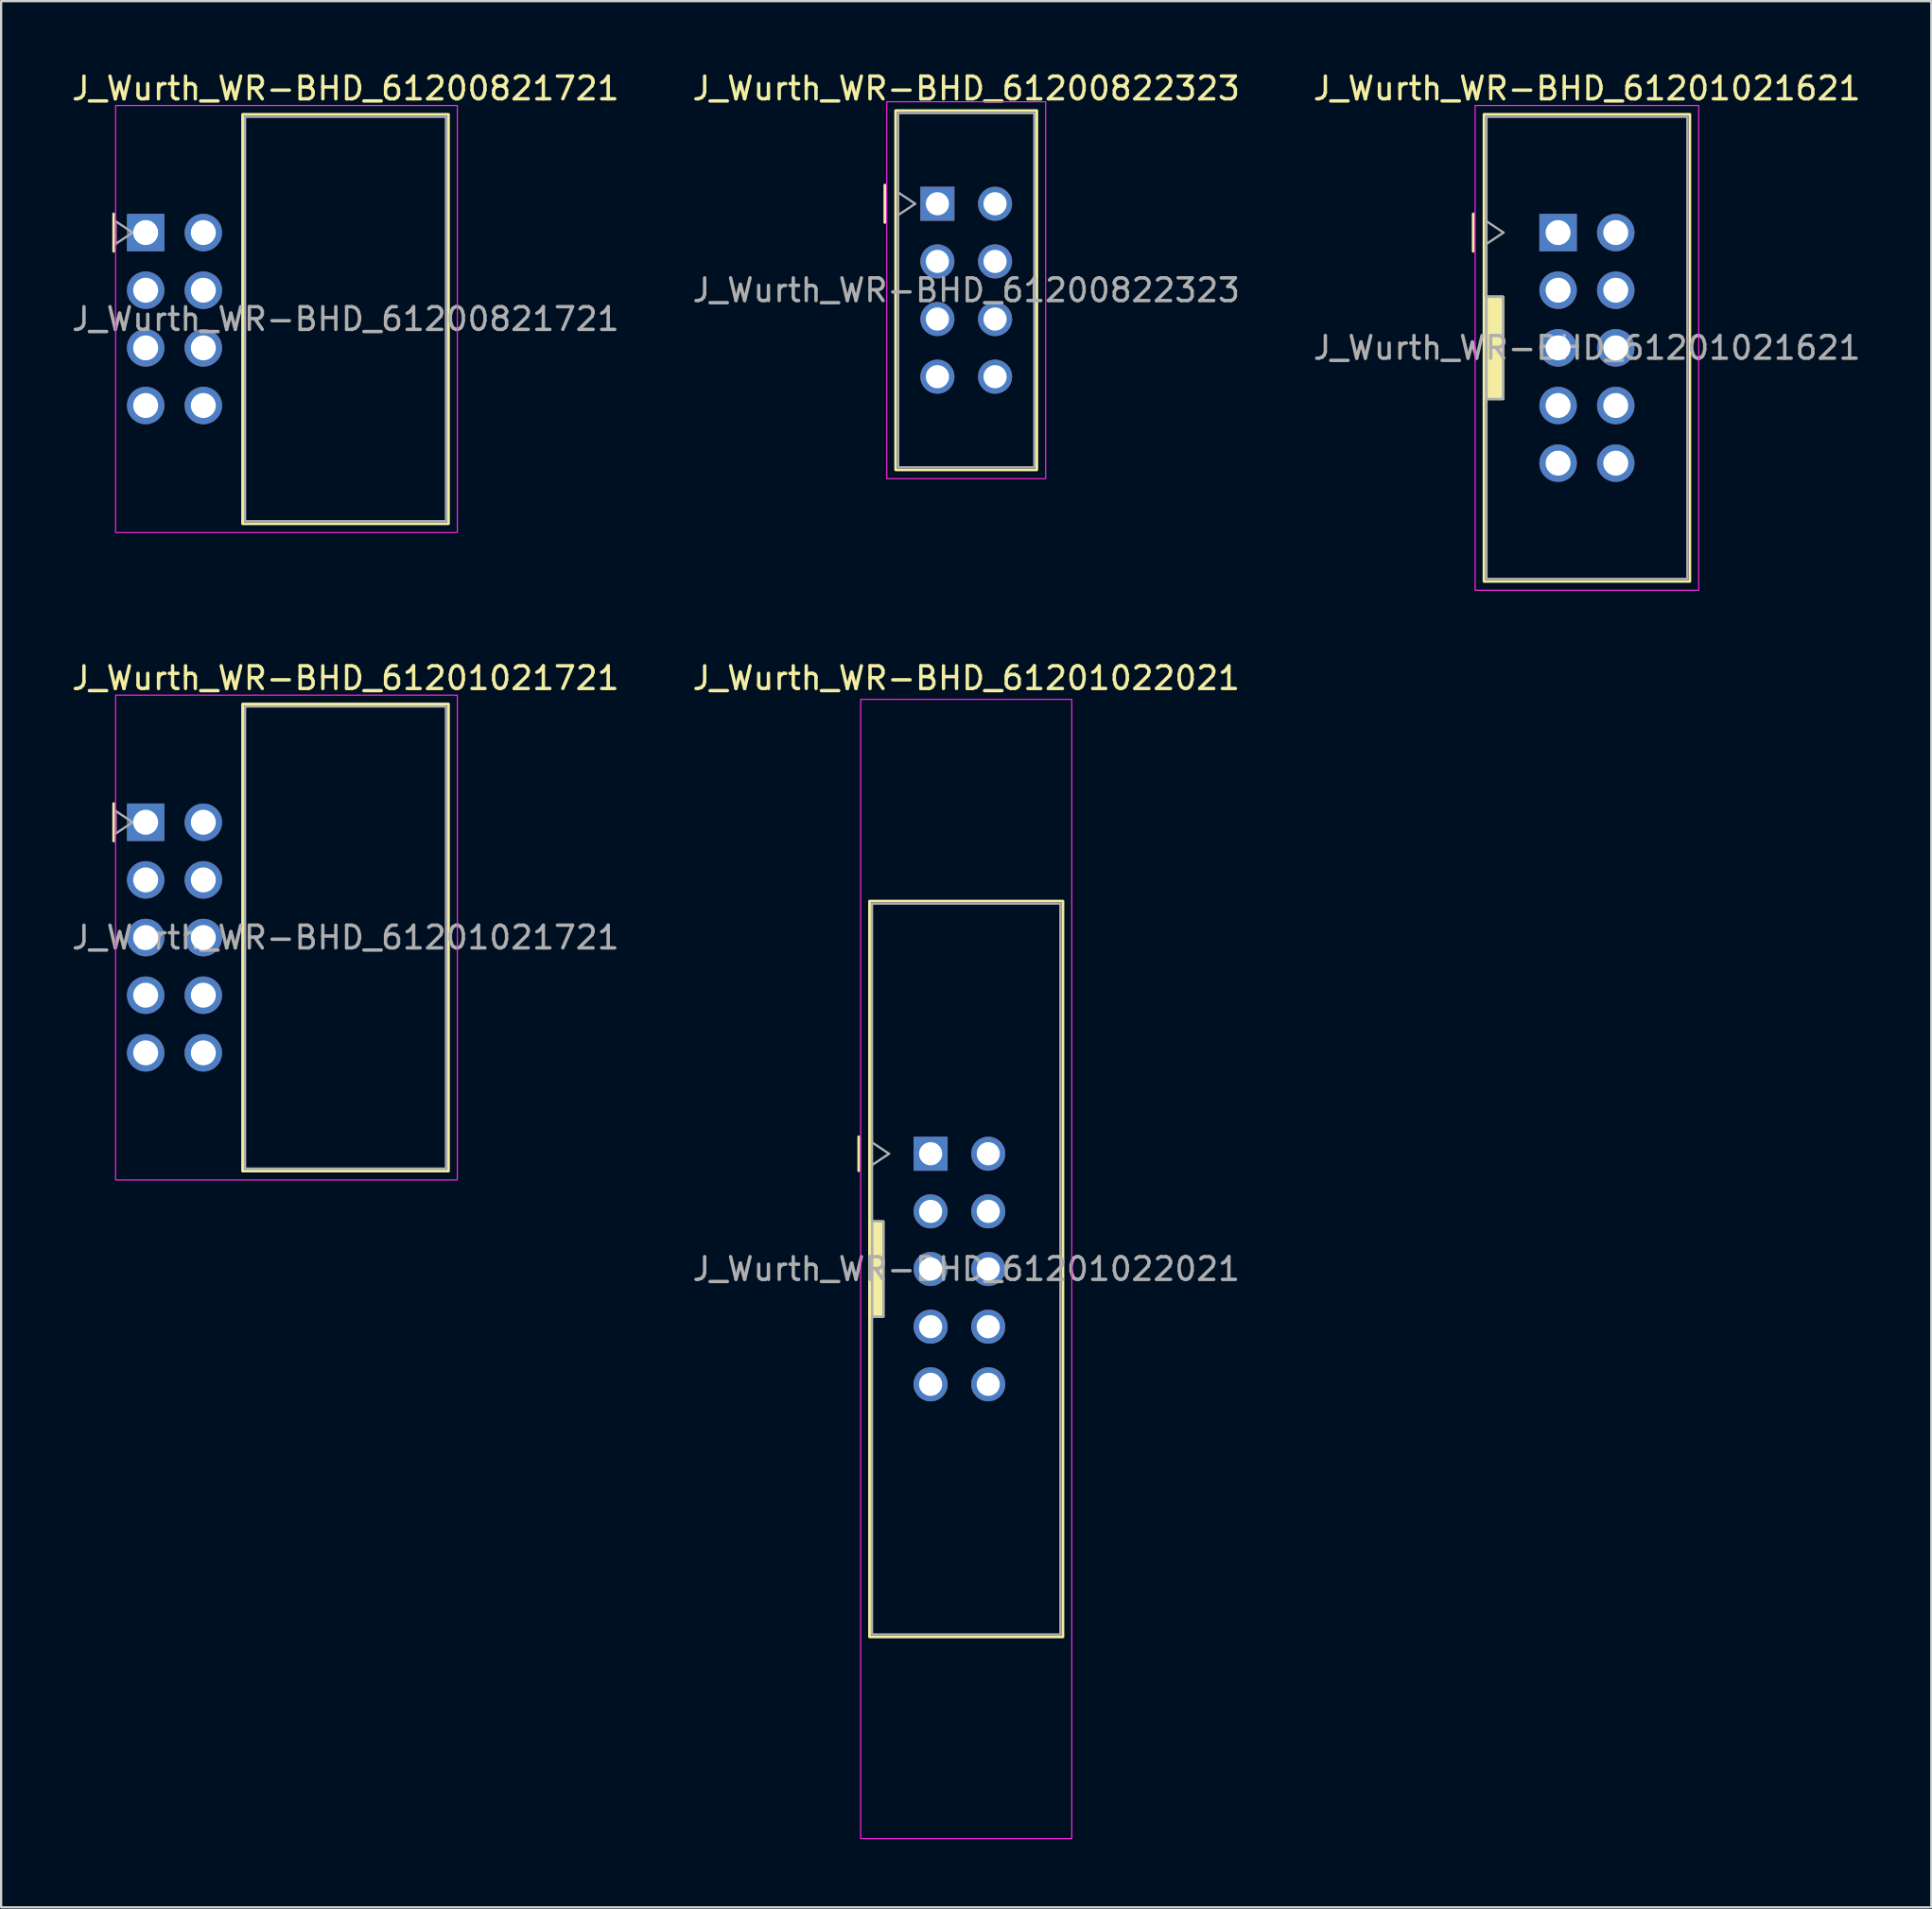
<source format=kicad_pcb>
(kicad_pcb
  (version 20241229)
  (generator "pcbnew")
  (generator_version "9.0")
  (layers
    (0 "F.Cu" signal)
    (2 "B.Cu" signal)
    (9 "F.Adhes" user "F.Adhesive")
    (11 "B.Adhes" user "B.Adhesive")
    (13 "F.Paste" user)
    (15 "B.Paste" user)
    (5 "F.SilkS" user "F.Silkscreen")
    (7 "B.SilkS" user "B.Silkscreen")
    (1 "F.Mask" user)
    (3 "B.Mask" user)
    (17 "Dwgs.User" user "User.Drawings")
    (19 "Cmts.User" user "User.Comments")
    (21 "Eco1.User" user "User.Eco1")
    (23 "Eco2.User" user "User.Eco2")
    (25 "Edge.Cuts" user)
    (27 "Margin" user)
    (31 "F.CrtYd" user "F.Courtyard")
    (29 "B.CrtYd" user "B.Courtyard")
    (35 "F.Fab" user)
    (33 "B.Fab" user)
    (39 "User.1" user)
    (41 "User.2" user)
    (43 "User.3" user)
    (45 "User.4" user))
  (footprint "J_Wurth_WR-BHD_61201022021"
    (layer "F.Cu")
    (at 37.948 47.786)
    (property "Reference" "J_Wurth_WR-BHD_61201022021" (at 1.57 -20.955 0) (unlocked yes) (layer "F.SilkS") (effects (font (size 1 1) (thickness 0.15))))
    (attr through_hole)
    (fp_line (start -3.165 -0.75) (end -3.165 0.75) (stroke (width 0.12) (type solid)) (layer "F.SilkS"))
    (fp_rect (start -2.69 -11.13) (end 5.83 21.29) (stroke (width 0.12) (type solid)) (fill no) (layer "F.SilkS"))
    (fp_rect (start -2.69 2.98) (end -2.08 7.18) (stroke (width 0.1) (type solid)) (fill yes) (layer "F.SilkS"))
    (fp_rect (start -3.08 -20.02) (end 6.22 30.18) (stroke (width 0.05) (type solid)) (fill no) (layer "F.CrtYd"))
    (fp_line (start -1.83 0) (end -2.58 -0.5) (stroke (width 0.1) (type solid)) (layer "F.Fab"))
    (fp_line (start -1.83 0) (end -2.58 0.5) (stroke (width 0.1) (type solid)) (layer "F.Fab"))
    (fp_rect (start -2.58 -11.02) (end 5.72 21.18) (stroke (width 0.1) (type solid)) (fill no) (layer "F.Fab"))
    (fp_rect (start -2.58 2.98) (end -2.08 7.18) (stroke (width 0.1) (type solid)) (fill no) (layer "F.Fab"))
    (fp_text user "${REFERENCE}" (at 1.57 5.08 0) (unlocked yes) (layer "F.Fab") (effects (font (size 1 1) (thickness 0.15))))
    (pad "1" thru_hole rect (at 0 0 270) (size 1.5 1.5) (drill 1.02) (layers "*.Cu" "*.Mask"))
    (pad "2" thru_hole circle (at 2.54 0 270) (size 1.5 1.5) (drill 1.02) (layers "*.Cu" "*.Mask"))
    (pad "3" thru_hole circle (at 0 2.54 270) (size 1.5 1.5) (drill 1.02) (layers "*.Cu" "*.Mask"))
    (pad "4" thru_hole circle (at 2.54 2.54 270) (size 1.5 1.5) (drill 1.02) (layers "*.Cu" "*.Mask"))
    (pad "5" thru_hole circle (at 0 5.08 270) (size 1.5 1.5) (drill 1.02) (layers "*.Cu" "*.Mask"))
    (pad "6" thru_hole circle (at 2.54 5.08 270) (size 1.5 1.5) (drill 1.02) (layers "*.Cu" "*.Mask"))
    (pad "7" thru_hole circle (at 0 7.62 270) (size 1.5 1.5) (drill 1.02) (layers "*.Cu" "*.Mask"))
    (pad "8" thru_hole circle (at 2.54 7.62 270) (size 1.5 1.5) (drill 1.02) (layers "*.Cu" "*.Mask"))
    (pad "9" thru_hole circle (at 0 10.16 270) (size 1.5 1.5) (drill 1.02) (layers "*.Cu" "*.Mask"))
    (pad "10" thru_hole circle (at 2.54 10.16 270) (size 1.5 1.5) (drill 1.02) (layers "*.Cu" "*.Mask")))
  (footprint "J_Wurth_WR-BHD_61200822323"
    (layer "F.Cu")
    (at 38.248 5.928)
    (property "Reference" "J_Wurth_WR-BHD_61200822323" (at 1.27 -5.08 0) (unlocked yes) (layer "F.SilkS") (effects (font (size 1 1) (thickness 0.15))))
    (attr through_hole)
    (fp_line (start -2.315 -0.825) (end -2.315 0.825) (stroke (width 0.12) (type solid)) (layer "F.SilkS"))
    (fp_rect (start -1.84 -4.105) (end 4.38 11.725) (stroke (width 0.12) (type solid)) (fill no) (layer "F.SilkS"))
    (fp_rect (start -2.23 -4.495) (end 4.77 12.115) (stroke (width 0.05) (type solid)) (fill no) (layer "F.CrtYd"))
    (fp_line (start -0.98 0) (end -1.73 -0.5) (stroke (width 0.1) (type solid)) (layer "F.Fab"))
    (fp_line (start -0.98 0) (end -1.73 0.5) (stroke (width 0.1) (type solid)) (layer "F.Fab"))
    (fp_rect (start -1.73 -3.995) (end 4.27 11.615) (stroke (width 0.1) (type solid)) (fill no) (layer "F.Fab"))
    (fp_text user "${REFERENCE}" (at 1.27 3.81 0) (unlocked yes) (layer "F.Fab") (effects (font (size 1 1) (thickness 0.15))))
    (pad "1" thru_hole rect (at 0 0 270) (size 1.5 1.5) (drill 1.02) (layers "*.Cu" "*.Mask"))
    (pad "2" thru_hole circle (at 2.54 0 270) (size 1.5 1.5) (drill 1.02) (layers "*.Cu" "*.Mask"))
    (pad "3" thru_hole circle (at 0 2.54 270) (size 1.5 1.5) (drill 1.02) (layers "*.Cu" "*.Mask"))
    (pad "4" thru_hole circle (at 2.54 2.54 270) (size 1.5 1.5) (drill 1.02) (layers "*.Cu" "*.Mask"))
    (pad "5" thru_hole circle (at 0 5.08 270) (size 1.5 1.5) (drill 1.02) (layers "*.Cu" "*.Mask"))
    (pad "6" thru_hole circle (at 2.54 5.08 270) (size 1.5 1.5) (drill 1.02) (layers "*.Cu" "*.Mask"))
    (pad "7" thru_hole circle (at 0 7.62 270) (size 1.5 1.5) (drill 1.02) (layers "*.Cu" "*.Mask"))
    (pad "8" thru_hole circle (at 2.54 7.62 270) (size 1.5 1.5) (drill 1.02) (layers "*.Cu" "*.Mask")))
  (footprint "J_Wurth_WR-BHD_61201021621"
    (layer "F.Cu")
    (at 65.593 7.198)
    (property "Reference" "J_Wurth_WR-BHD_61201021621" (at 1.27 -6.35 0) (unlocked yes) (layer "F.SilkS") (effects (font (size 1 1) (thickness 0.15))))
    (attr through_hole)
    (fp_line (start -3.74 -0.825) (end -3.74 0.825) (stroke (width 0.12) (type solid)) (layer "F.SilkS"))
    (fp_rect (start -3.265 -5.21) (end 5.805 15.37) (stroke (width 0.12) (type solid)) (fill no) (layer "F.SilkS"))
    (fp_rect (start -3.155 2.83) (end -2.43 7.33) (stroke (width 0.12) (type solid)) (fill yes) (layer "F.SilkS"))
    (fp_rect (start -3.655 -5.6) (end 6.195 15.76) (stroke (width 0.05) (type solid)) (fill no) (layer "F.CrtYd"))
    (fp_line (start -2.405 0) (end -3.155 -0.5) (stroke (width 0.1) (type solid)) (layer "F.Fab"))
    (fp_line (start -2.405 0) (end -3.155 0.5) (stroke (width 0.1) (type solid)) (layer "F.Fab"))
    (fp_rect (start -3.155 2.83) (end -2.43 7.33) (stroke (width 0.1) (type solid)) (fill no) (layer "F.Fab"))
    (fp_rect (start -3.155 -5.1) (end 5.695 15.26) (stroke (width 0.1) (type solid)) (fill no) (layer "F.Fab"))
    (fp_text user "${REFERENCE}" (at 1.27 5.08 0) (unlocked yes) (layer "F.Fab") (effects (font (size 1 1) (thickness 0.15))))
    (pad "1" thru_hole rect (at 0 0 270) (size 1.65 1.65) (drill 1.1) (layers "*.Cu" "*.Mask"))
    (pad "2" thru_hole circle (at 2.54 0 270) (size 1.65 1.65) (drill 1.1) (layers "*.Cu" "*.Mask"))
    (pad "3" thru_hole circle (at 0 2.54 270) (size 1.65 1.65) (drill 1.1) (layers "*.Cu" "*.Mask"))
    (pad "4" thru_hole circle (at 2.54 2.54 270) (size 1.65 1.65) (drill 1.1) (layers "*.Cu" "*.Mask"))
    (pad "5" thru_hole circle (at 0 5.08 270) (size 1.65 1.65) (drill 1.1) (layers "*.Cu" "*.Mask"))
    (pad "6" thru_hole circle (at 2.54 5.08 270) (size 1.65 1.65) (drill 1.1) (layers "*.Cu" "*.Mask"))
    (pad "7" thru_hole circle (at 0 7.62 270) (size 1.65 1.65) (drill 1.1) (layers "*.Cu" "*.Mask"))
    (pad "8" thru_hole circle (at 2.54 7.62 270) (size 1.65 1.65) (drill 1.1) (layers "*.Cu" "*.Mask"))
    (pad "9" thru_hole circle (at 0 10.16 270) (size 1.65 1.65) (drill 1.1) (layers "*.Cu" "*.Mask"))
    (pad "10" thru_hole circle (at 2.54 10.16 270) (size 1.65 1.65) (drill 1.1) (layers "*.Cu" "*.Mask")))
  (footprint "J_Wurth_WR-BHD_61200821721"
    (layer "F.Cu")
    (at 3.368 7.198)
    (property "Reference" "J_Wurth_WR-BHD_61200821721" (at 8.805 -6.35 0) (unlocked yes) (layer "F.SilkS") (effects (font (size 1 1) (thickness 0.15))))
    (attr through_hole)
    (fp_line (start -1.41 0.825) (end -1.41 -0.825) (stroke (width 0.12) (type solid)) (layer "F.SilkS"))
    (fp_rect (start 4.27 -5.21) (end 13.34 12.83) (stroke (width 0.12) (type solid)) (fill no) (layer "F.SilkS"))
    (fp_rect (start -1.325 -5.6) (end 13.73 13.22) (stroke (width 0.05) (type solid)) (fill no) (layer "F.CrtYd"))
    (fp_line (start -1.325 0.5) (end -1.325 -0.5) (stroke (width 0.1) (type default)) (layer "F.Fab"))
    (fp_line (start -0.575 0) (end -1.325 -0.5) (stroke (width 0.1) (type solid)) (layer "F.Fab"))
    (fp_line (start -0.575 0) (end -1.325 0.5) (stroke (width 0.1) (type solid)) (layer "F.Fab"))
    (fp_rect (start 4.38 -5.1) (end 13.23 12.72) (stroke (width 0.1) (type solid)) (fill no) (layer "F.Fab"))
    (fp_text user "${REFERENCE}" (at 8.805 3.81 0) (unlocked yes) (layer "F.Fab") (effects (font (size 1 1) (thickness 0.15))))
    (pad "1" thru_hole rect (at 0 0 90) (size 1.65 1.65) (drill 1.1) (layers "*.Cu" "*.Mask"))
    (pad "2" thru_hole circle (at 2.54 0 90) (size 1.65 1.65) (drill 1.1) (layers "*.Cu" "*.Mask"))
    (pad "3" thru_hole circle (at 0 2.54 90) (size 1.65 1.65) (drill 1.1) (layers "*.Cu" "*.Mask"))
    (pad "4" thru_hole circle (at 2.54 2.54 90) (size 1.65 1.65) (drill 1.1) (layers "*.Cu" "*.Mask"))
    (pad "5" thru_hole circle (at 0 5.08 90) (size 1.65 1.65) (drill 1.1) (layers "*.Cu" "*.Mask"))
    (pad "6" thru_hole circle (at 2.54 5.08 90) (size 1.65 1.65) (drill 1.1) (layers "*.Cu" "*.Mask"))
    (pad "7" thru_hole circle (at 0 7.62 90) (size 1.65 1.65) (drill 1.1) (layers "*.Cu" "*.Mask"))
    (pad "8" thru_hole circle (at 2.54 7.62 90) (size 1.65 1.65) (drill 1.1) (layers "*.Cu" "*.Mask")))
  (footprint "J_Wurth_WR-BHD_61201021721"
    (layer "F.Cu")
    (at 3.368 33.181)
    (property "Reference" "J_Wurth_WR-BHD_61201021721" (at 8.805 -6.35 0) (unlocked yes) (layer "F.SilkS") (effects (font (size 1 1) (thickness 0.15))))
    (attr through_hole)
    (fp_line (start -1.41 0.825) (end -1.41 -0.825) (stroke (width 0.12) (type solid)) (layer "F.SilkS"))
    (fp_rect (start 4.27 -5.21) (end 13.34 15.37) (stroke (width 0.12) (type solid)) (fill no) (layer "F.SilkS"))
    (fp_rect (start -1.325 -5.6) (end 13.73 15.76) (stroke (width 0.05) (type solid)) (fill no) (layer "F.CrtYd"))
    (fp_line (start -1.325 0.5) (end -1.325 -0.5) (stroke (width 0.1) (type default)) (layer "F.Fab"))
    (fp_line (start -0.575 0) (end -1.325 -0.5) (stroke (width 0.1) (type solid)) (layer "F.Fab"))
    (fp_line (start -0.575 0) (end -1.325 0.5) (stroke (width 0.1) (type solid)) (layer "F.Fab"))
    (fp_rect (start 4.38 -5.1) (end 13.23 15.26) (stroke (width 0.1) (type solid)) (fill no) (layer "F.Fab"))
    (fp_text user "${REFERENCE}" (at 8.805 5.08 0) (unlocked yes) (layer "F.Fab") (effects (font (size 1 1) (thickness 0.15))))
    (pad "1" thru_hole rect (at 0 0 90) (size 1.65 1.65) (drill 1.1) (layers "*.Cu" "*.Mask"))
    (pad "2" thru_hole circle (at 2.54 0 90) (size 1.65 1.65) (drill 1.1) (layers "*.Cu" "*.Mask"))
    (pad "3" thru_hole circle (at 0 2.54 90) (size 1.65 1.65) (drill 1.1) (layers "*.Cu" "*.Mask"))
    (pad "4" thru_hole circle (at 2.54 2.54 90) (size 1.65 1.65) (drill 1.1) (layers "*.Cu" "*.Mask"))
    (pad "5" thru_hole circle (at 0 5.08 90) (size 1.65 1.65) (drill 1.1) (layers "*.Cu" "*.Mask"))
    (pad "6" thru_hole circle (at 2.54 5.08 90) (size 1.65 1.65) (drill 1.1) (layers "*.Cu" "*.Mask"))
    (pad "7" thru_hole circle (at 0 7.62 90) (size 1.65 1.65) (drill 1.1) (layers "*.Cu" "*.Mask"))
    (pad "8" thru_hole circle (at 2.54 7.62 90) (size 1.65 1.65) (drill 1.1) (layers "*.Cu" "*.Mask"))
    (pad "9" thru_hole circle (at 0 10.16 90) (size 1.65 1.65) (drill 1.1) (layers "*.Cu" "*.Mask"))
    (pad "10" thru_hole circle (at 2.54 10.16 90) (size 1.65 1.65) (drill 1.1) (layers "*.Cu" "*.Mask")))
  (gr_rect
    (start -3 -3)
    (end 82.036 80.992)
    (stroke (width 0.1) (type default))
    (fill no)
    (layer "Edge.Cuts")))
</source>
